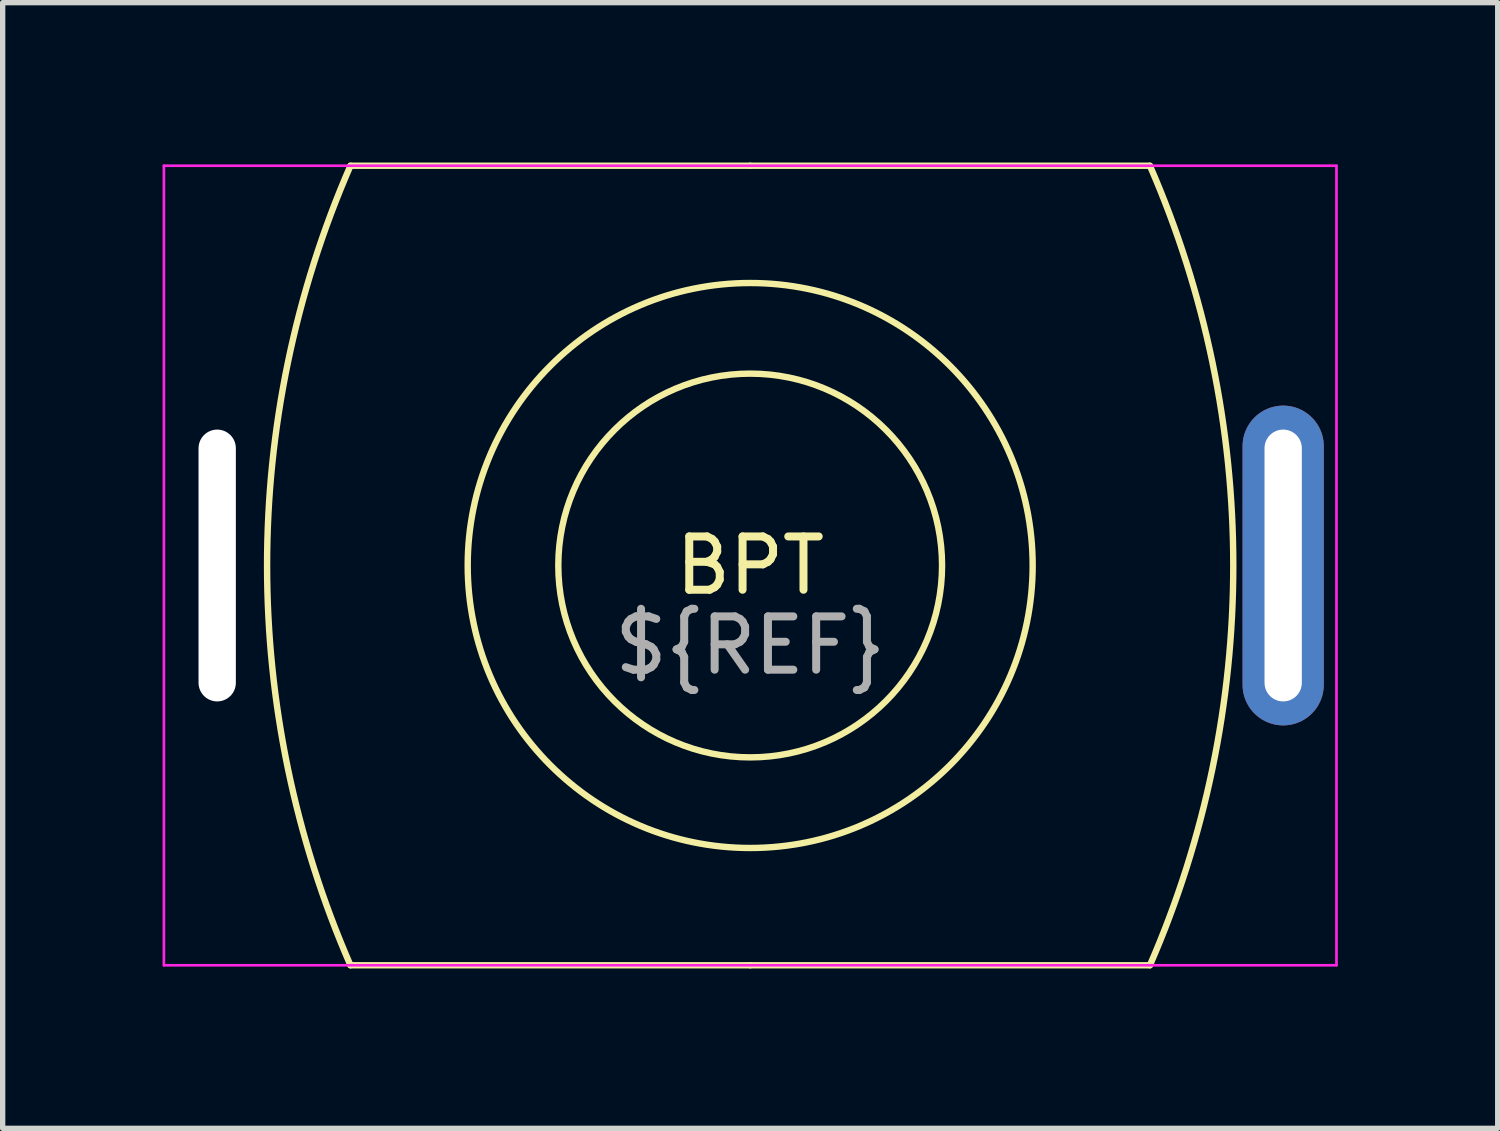
<source format=kicad_pcb>
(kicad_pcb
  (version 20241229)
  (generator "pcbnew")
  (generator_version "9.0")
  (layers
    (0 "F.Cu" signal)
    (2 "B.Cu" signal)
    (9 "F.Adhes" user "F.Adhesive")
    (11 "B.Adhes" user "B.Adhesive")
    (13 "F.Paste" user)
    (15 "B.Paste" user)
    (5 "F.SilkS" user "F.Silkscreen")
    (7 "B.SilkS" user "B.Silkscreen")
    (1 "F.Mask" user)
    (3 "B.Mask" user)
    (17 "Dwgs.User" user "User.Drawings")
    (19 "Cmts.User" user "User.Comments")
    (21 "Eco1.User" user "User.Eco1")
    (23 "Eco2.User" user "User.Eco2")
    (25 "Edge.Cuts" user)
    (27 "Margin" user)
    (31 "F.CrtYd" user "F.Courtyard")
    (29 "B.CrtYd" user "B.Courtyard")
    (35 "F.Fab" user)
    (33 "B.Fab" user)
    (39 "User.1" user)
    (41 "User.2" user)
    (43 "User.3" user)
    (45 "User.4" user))
  (footprint "BPT"
    (layer "F.Cu")
    (at 11.025 7.56)
    (property "Reference" "BPT" (at 0 0 0) (unlocked yes) (layer "F.SilkS") (effects (font (size 1 1) (thickness 0.15))))
    (attr through_hole)
    (fp_line (start 0 -7.5) (end -7.5 -7.5) (stroke (width 0.12) (type solid)) (layer "F.SilkS"))
    (fp_line (start 0 -7.5) (end 7.5 -7.5) (stroke (width 0.12) (type solid)) (layer "F.SilkS"))
    (fp_line (start 0 7.5) (end -7.5 7.5) (stroke (width 0.12) (type solid)) (layer "F.SilkS"))
    (fp_line (start 0 7.5) (end 7.5 7.5) (stroke (width 0.12) (type solid)) (layer "F.SilkS"))
    (fp_arc (start -7.5 7.5) (mid -9.063964 0) (end -7.5 -7.5) (stroke (width 0.12) (type solid)) (layer "F.SilkS"))
    (fp_arc (start 7.5 -7.5) (mid 9.063964 0) (end 7.5 7.5) (stroke (width 0.12) (type solid)) (layer "F.SilkS"))
    (fp_circle (center 0 0) (end 3.6 0) (stroke (width 0.12) (type solid)) (fill no) (layer "F.SilkS"))
    (fp_circle (center 0 0) (end 5.3 0) (stroke (width 0.12) (type solid)) (fill no) (layer "F.SilkS"))
    (fp_line (start -11 -7.5) (end 11 -7.5) (stroke (width 0.05) (type solid)) (layer "F.CrtYd"))
    (fp_line (start -11 7.5) (end -11 -7.5) (stroke (width 0.05) (type solid)) (layer "F.CrtYd"))
    (fp_line (start 11 -7.5) (end 11 7.5) (stroke (width 0.05) (type solid)) (layer "F.CrtYd"))
    (fp_line (start 11 7.5) (end -11 7.5) (stroke (width 0.05) (type solid)) (layer "F.CrtYd"))
    (fp_text user "${REF}" (at 0 1.5 0) (unlocked yes) (layer "F.Fab") (effects (font (size 1 1) (thickness 0.15))))
    (pad "1" thru_hole oval (at -10 0) (size 1.524 6) (drill oval 0.7 5.1) (layers "*.Cu" "*.Mask") (remove_unused_layers yes) (zone_layer_connections))
    (pad "2" thru_hole oval (at 10 0) (size 1.524 6) (drill oval 0.7 5.1) (layers "*.Cu" "*.Mask")))
  (gr_rect
    (start -3 -3)
    (end 25.05 18.12)
    (stroke (width 0.1) (type default))
    (fill no)
    (layer "Edge.Cuts")))
</source>
